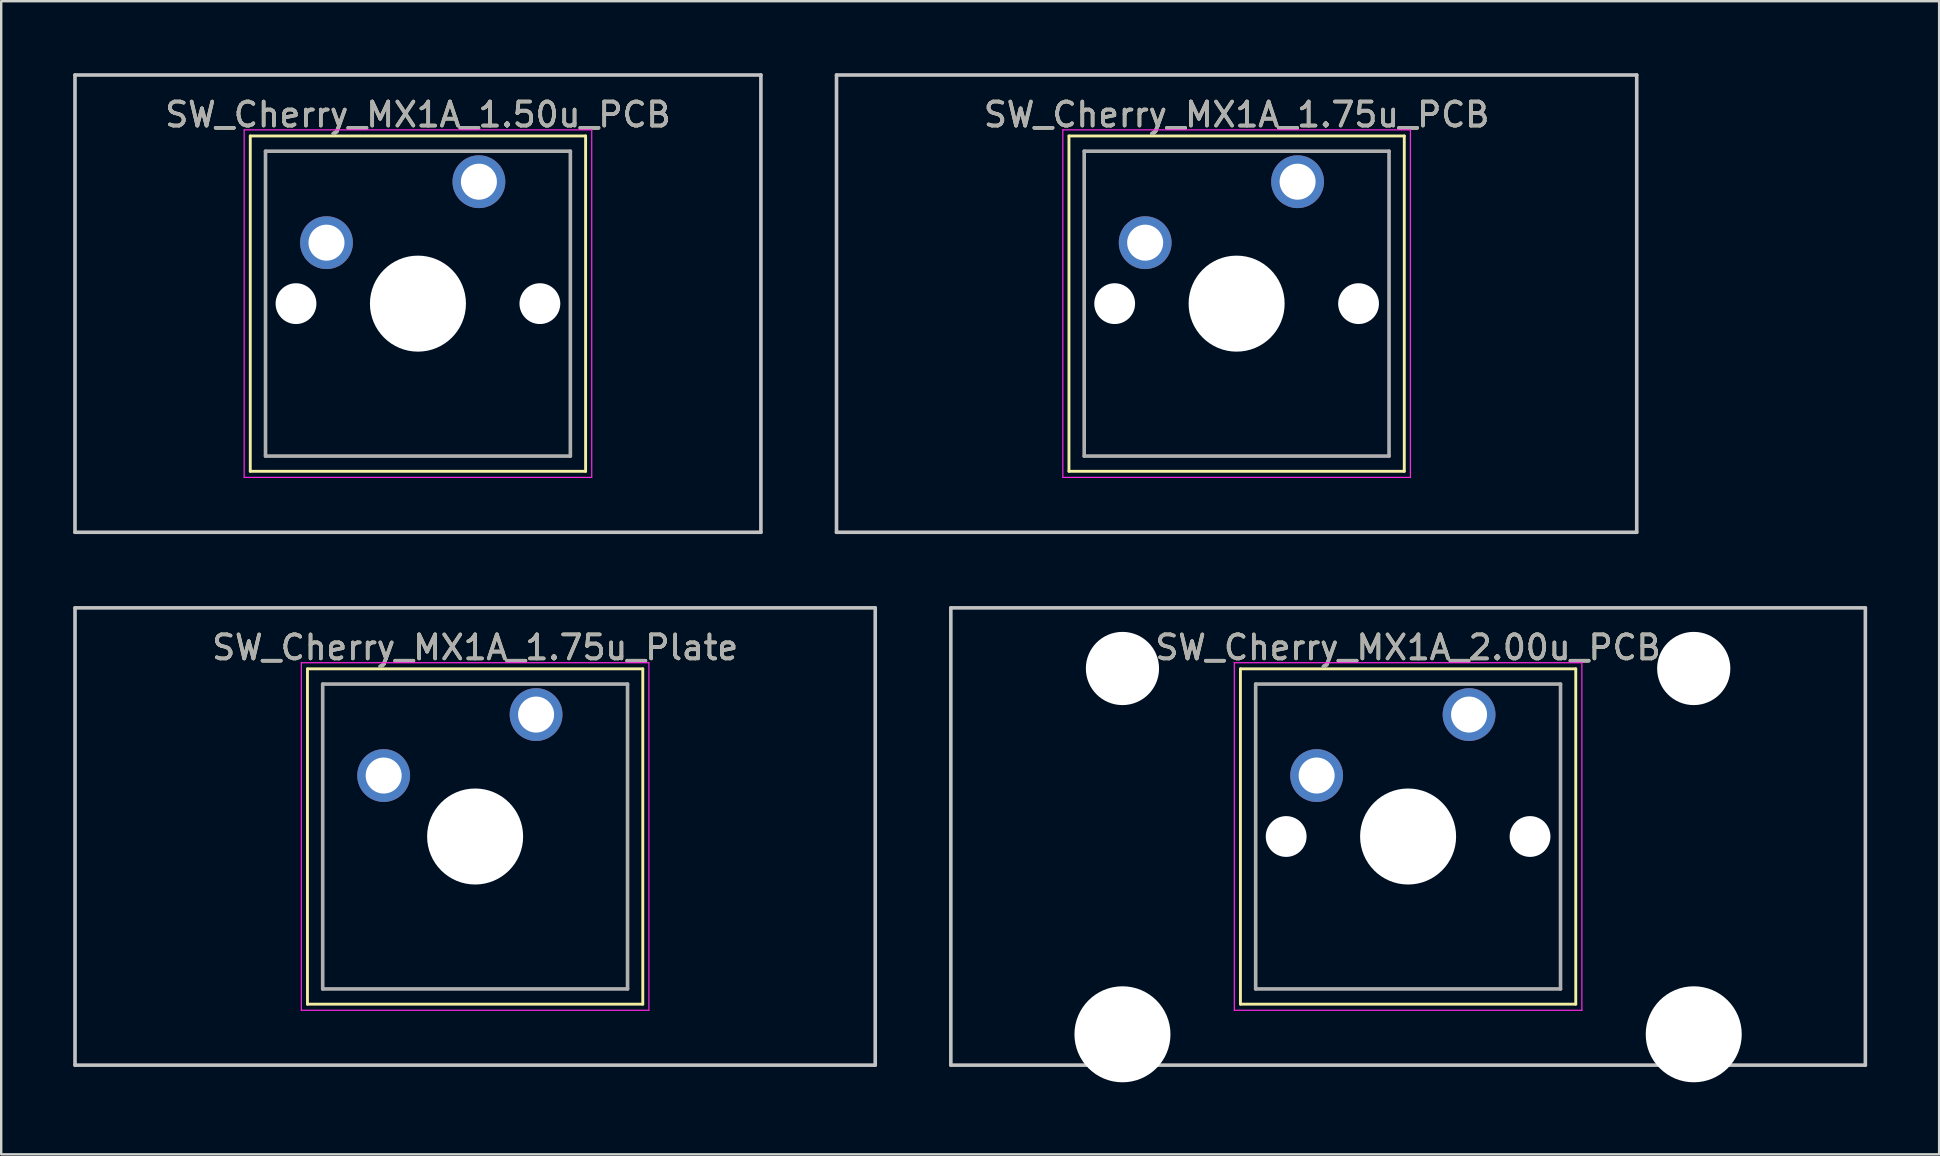
<source format=kicad_pcb>
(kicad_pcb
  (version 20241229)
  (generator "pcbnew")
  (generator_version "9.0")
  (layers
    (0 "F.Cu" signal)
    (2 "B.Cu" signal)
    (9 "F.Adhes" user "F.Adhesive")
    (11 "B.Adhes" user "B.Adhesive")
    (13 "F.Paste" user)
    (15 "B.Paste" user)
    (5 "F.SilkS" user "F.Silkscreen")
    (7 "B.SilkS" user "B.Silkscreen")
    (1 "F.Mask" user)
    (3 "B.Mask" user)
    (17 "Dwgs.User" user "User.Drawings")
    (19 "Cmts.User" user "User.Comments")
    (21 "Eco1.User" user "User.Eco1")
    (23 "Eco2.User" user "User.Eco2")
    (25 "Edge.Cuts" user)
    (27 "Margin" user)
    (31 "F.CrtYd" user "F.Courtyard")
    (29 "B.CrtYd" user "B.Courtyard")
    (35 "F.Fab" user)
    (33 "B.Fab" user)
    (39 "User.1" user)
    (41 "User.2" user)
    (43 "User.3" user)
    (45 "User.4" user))
  (footprint "SW_Cherry_MX1A_1.50u_PCB"
    (layer "F.Cu")
    (at 16.902 4.52)
    (property "Reference" "SW_Cherry_MX1A_1.50u_PCB" (at -2.54 -2.794 0) (layer "F.SilkS") (effects (font (size 1 1) (thickness 0.15))))
    (attr through_hole)
    (fp_line (start -9.525 -1.905) (end 4.445 -1.905) (stroke (width 0.12) (type solid)) (layer "F.SilkS"))
    (fp_line (start -9.525 12.065) (end -9.525 -1.905) (stroke (width 0.12) (type solid)) (layer "F.SilkS"))
    (fp_line (start 4.445 -1.905) (end 4.445 12.065) (stroke (width 0.12) (type solid)) (layer "F.SilkS"))
    (fp_line (start 4.445 12.065) (end -9.525 12.065) (stroke (width 0.12) (type solid)) (layer "F.SilkS"))
    (fp_line (start -16.828 -4.445) (end 11.748 -4.445) (stroke (width 0.15) (type solid)) (layer "Dwgs.User"))
    (fp_line (start -16.828 14.605) (end -16.828 -4.445) (stroke (width 0.15) (type solid)) (layer "Dwgs.User"))
    (fp_line (start 11.748 -4.445) (end 11.748 14.605) (stroke (width 0.15) (type solid)) (layer "Dwgs.User"))
    (fp_line (start 11.748 14.605) (end -16.828 14.605) (stroke (width 0.15) (type solid)) (layer "Dwgs.User"))
    (fp_line (start -9.78 -2.16) (end 4.7 -2.16) (stroke (width 0.05) (type solid)) (layer "F.CrtYd"))
    (fp_line (start -9.78 12.32) (end -9.78 -2.16) (stroke (width 0.05) (type solid)) (layer "F.CrtYd"))
    (fp_line (start 4.7 -2.16) (end 4.7 12.32) (stroke (width 0.05) (type solid)) (layer "F.CrtYd"))
    (fp_line (start 4.7 12.32) (end -9.78 12.32) (stroke (width 0.05) (type solid)) (layer "F.CrtYd"))
    (fp_line (start -8.89 -1.27) (end 3.81 -1.27) (stroke (width 0.15) (type solid)) (layer "F.Fab"))
    (fp_line (start -8.89 11.43) (end -8.89 -1.27) (stroke (width 0.15) (type solid)) (layer "F.Fab"))
    (fp_line (start 3.81 -1.27) (end 3.81 11.43) (stroke (width 0.15) (type solid)) (layer "F.Fab"))
    (fp_line (start 3.81 11.43) (end -8.89 11.43) (stroke (width 0.15) (type solid)) (layer "F.Fab"))
    (fp_text user "${REFERENCE}" (at -2.54 -2.794 0) (layer "F.Fab") (effects (font (size 1 1) (thickness 0.15))))
    (pad "" np_thru_hole circle (at -7.62 5.08) (size 1.7 1.7) (drill 1.7) (layers "*.Cu" "*.Mask"))
    (pad "" np_thru_hole circle (at -2.54 5.08) (size 4 4) (drill 4) (layers "*.Cu" "*.Mask"))
    (pad "" np_thru_hole circle (at 2.54 5.08) (size 1.7 1.7) (drill 1.7) (layers "*.Cu" "*.Mask"))
    (pad "1" thru_hole circle (at 0 0) (size 2.2 2.2) (drill 1.5) (layers "*.Cu" "*.Mask"))
    (pad "2" thru_hole circle (at -6.35 2.54) (size 2.2 2.2) (drill 1.5) (layers "*.Cu" "*.Mask")))
  (footprint "SW_Cherry_MX1A_1.75u_PCB"
    (layer "F.Cu")
    (at 51.009 4.52)
    (property "Reference" "SW_Cherry_MX1A_1.75u_PCB" (at -2.54 -2.794 0) (layer "F.SilkS") (effects (font (size 1 1) (thickness 0.15))))
    (attr through_hole)
    (fp_line (start -9.525 -1.905) (end 4.445 -1.905) (stroke (width 0.12) (type solid)) (layer "F.SilkS"))
    (fp_line (start -9.525 12.065) (end -9.525 -1.905) (stroke (width 0.12) (type solid)) (layer "F.SilkS"))
    (fp_line (start 4.445 -1.905) (end 4.445 12.065) (stroke (width 0.12) (type solid)) (layer "F.SilkS"))
    (fp_line (start 4.445 12.065) (end -9.525 12.065) (stroke (width 0.12) (type solid)) (layer "F.SilkS"))
    (fp_line (start -19.209 -4.445) (end 14.129 -4.445) (stroke (width 0.15) (type solid)) (layer "Dwgs.User"))
    (fp_line (start -19.209 14.605) (end -19.209 -4.445) (stroke (width 0.15) (type solid)) (layer "Dwgs.User"))
    (fp_line (start 14.129 -4.445) (end 14.129 14.605) (stroke (width 0.15) (type solid)) (layer "Dwgs.User"))
    (fp_line (start 14.129 14.605) (end -19.209 14.605) (stroke (width 0.15) (type solid)) (layer "Dwgs.User"))
    (fp_line (start -9.78 -2.16) (end 4.7 -2.16) (stroke (width 0.05) (type solid)) (layer "F.CrtYd"))
    (fp_line (start -9.78 12.32) (end -9.78 -2.16) (stroke (width 0.05) (type solid)) (layer "F.CrtYd"))
    (fp_line (start 4.7 -2.16) (end 4.7 12.32) (stroke (width 0.05) (type solid)) (layer "F.CrtYd"))
    (fp_line (start 4.7 12.32) (end -9.78 12.32) (stroke (width 0.05) (type solid)) (layer "F.CrtYd"))
    (fp_line (start -8.89 -1.27) (end 3.81 -1.27) (stroke (width 0.15) (type solid)) (layer "F.Fab"))
    (fp_line (start -8.89 11.43) (end -8.89 -1.27) (stroke (width 0.15) (type solid)) (layer "F.Fab"))
    (fp_line (start 3.81 -1.27) (end 3.81 11.43) (stroke (width 0.15) (type solid)) (layer "F.Fab"))
    (fp_line (start 3.81 11.43) (end -8.89 11.43) (stroke (width 0.15) (type solid)) (layer "F.Fab"))
    (fp_text user "${REFERENCE}" (at -2.54 -2.794 0) (layer "F.Fab") (effects (font (size 1 1) (thickness 0.15))))
    (pad "" np_thru_hole circle (at -7.62 5.08) (size 1.7 1.7) (drill 1.7) (layers "*.Cu" "*.Mask"))
    (pad "" np_thru_hole circle (at -2.54 5.08) (size 4 4) (drill 4) (layers "*.Cu" "*.Mask"))
    (pad "" np_thru_hole circle (at 2.54 5.08) (size 1.7 1.7) (drill 1.7) (layers "*.Cu" "*.Mask"))
    (pad "1" thru_hole circle (at 0 0) (size 2.2 2.2) (drill 1.5) (layers "*.Cu" "*.Mask"))
    (pad "2" thru_hole circle (at -6.35 2.54) (size 2.2 2.2) (drill 1.5) (layers "*.Cu" "*.Mask")))
  (footprint "SW_Cherry_MX1A_1.75u_Plate"
    (layer "F.Cu")
    (at 19.284 26.72)
    (property "Reference" "SW_Cherry_MX1A_1.75u_Plate" (at -2.54 -2.794 0) (layer "F.SilkS") (effects (font (size 1 1) (thickness 0.15))))
    (attr through_hole)
    (fp_line (start -9.525 -1.905) (end 4.445 -1.905) (stroke (width 0.12) (type solid)) (layer "F.SilkS"))
    (fp_line (start -9.525 12.065) (end -9.525 -1.905) (stroke (width 0.12) (type solid)) (layer "F.SilkS"))
    (fp_line (start 4.445 -1.905) (end 4.445 12.065) (stroke (width 0.12) (type solid)) (layer "F.SilkS"))
    (fp_line (start 4.445 12.065) (end -9.525 12.065) (stroke (width 0.12) (type solid)) (layer "F.SilkS"))
    (fp_line (start -19.209 -4.445) (end 14.129 -4.445) (stroke (width 0.15) (type solid)) (layer "Dwgs.User"))
    (fp_line (start -19.209 14.605) (end -19.209 -4.445) (stroke (width 0.15) (type solid)) (layer "Dwgs.User"))
    (fp_line (start 14.129 -4.445) (end 14.129 14.605) (stroke (width 0.15) (type solid)) (layer "Dwgs.User"))
    (fp_line (start 14.129 14.605) (end -19.209 14.605) (stroke (width 0.15) (type solid)) (layer "Dwgs.User"))
    (fp_line (start -9.78 -2.16) (end 4.7 -2.16) (stroke (width 0.05) (type solid)) (layer "F.CrtYd"))
    (fp_line (start -9.78 12.32) (end -9.78 -2.16) (stroke (width 0.05) (type solid)) (layer "F.CrtYd"))
    (fp_line (start 4.7 -2.16) (end 4.7 12.32) (stroke (width 0.05) (type solid)) (layer "F.CrtYd"))
    (fp_line (start 4.7 12.32) (end -9.78 12.32) (stroke (width 0.05) (type solid)) (layer "F.CrtYd"))
    (fp_line (start -8.89 -1.27) (end 3.81 -1.27) (stroke (width 0.15) (type solid)) (layer "F.Fab"))
    (fp_line (start -8.89 11.43) (end -8.89 -1.27) (stroke (width 0.15) (type solid)) (layer "F.Fab"))
    (fp_line (start 3.81 -1.27) (end 3.81 11.43) (stroke (width 0.15) (type solid)) (layer "F.Fab"))
    (fp_line (start 3.81 11.43) (end -8.89 11.43) (stroke (width 0.15) (type solid)) (layer "F.Fab"))
    (fp_text user "${REFERENCE}" (at -2.54 -2.794 0) (layer "F.Fab") (effects (font (size 1 1) (thickness 0.15))))
    (pad "" np_thru_hole circle (at -2.54 5.08) (size 4 4) (drill 4) (layers "*.Cu" "*.Mask"))
    (pad "1" thru_hole circle (at 0 0) (size 2.2 2.2) (drill 1.5) (layers "*.Cu" "*.Mask"))
    (pad "2" thru_hole circle (at -6.35 2.54) (size 2.2 2.2) (drill 1.5) (layers "*.Cu" "*.Mask")))
  (footprint "SW_Cherry_MX1A_2.00u_PCB"
    (layer "F.Cu")
    (at 58.153 26.72)
    (property "Reference" "SW_Cherry_MX1A_2.00u_PCB" (at -2.54 -2.794 0) (layer "F.SilkS") (effects (font (size 1 1) (thickness 0.15))))
    (attr through_hole)
    (fp_line (start -9.525 -1.905) (end 4.445 -1.905) (stroke (width 0.12) (type solid)) (layer "F.SilkS"))
    (fp_line (start -9.525 12.065) (end -9.525 -1.905) (stroke (width 0.12) (type solid)) (layer "F.SilkS"))
    (fp_line (start 4.445 -1.905) (end 4.445 12.065) (stroke (width 0.12) (type solid)) (layer "F.SilkS"))
    (fp_line (start 4.445 12.065) (end -9.525 12.065) (stroke (width 0.12) (type solid)) (layer "F.SilkS"))
    (fp_line (start -21.59 -4.445) (end 16.51 -4.445) (stroke (width 0.15) (type solid)) (layer "Dwgs.User"))
    (fp_line (start -21.59 14.605) (end -21.59 -4.445) (stroke (width 0.15) (type solid)) (layer "Dwgs.User"))
    (fp_line (start 16.51 -4.445) (end 16.51 14.605) (stroke (width 0.15) (type solid)) (layer "Dwgs.User"))
    (fp_line (start 16.51 14.605) (end -21.59 14.605) (stroke (width 0.15) (type solid)) (layer "Dwgs.User"))
    (fp_line (start -9.78 -2.16) (end 4.7 -2.16) (stroke (width 0.05) (type solid)) (layer "F.CrtYd"))
    (fp_line (start -9.78 12.32) (end -9.78 -2.16) (stroke (width 0.05) (type solid)) (layer "F.CrtYd"))
    (fp_line (start 4.7 -2.16) (end 4.7 12.32) (stroke (width 0.05) (type solid)) (layer "F.CrtYd"))
    (fp_line (start 4.7 12.32) (end -9.78 12.32) (stroke (width 0.05) (type solid)) (layer "F.CrtYd"))
    (fp_line (start -8.89 -1.27) (end 3.81 -1.27) (stroke (width 0.15) (type solid)) (layer "F.Fab"))
    (fp_line (start -8.89 11.43) (end -8.89 -1.27) (stroke (width 0.15) (type solid)) (layer "F.Fab"))
    (fp_line (start 3.81 -1.27) (end 3.81 11.43) (stroke (width 0.15) (type solid)) (layer "F.Fab"))
    (fp_line (start 3.81 11.43) (end -8.89 11.43) (stroke (width 0.15) (type solid)) (layer "F.Fab"))
    (fp_text user "${REFERENCE}" (at -2.54 -2.794 0) (layer "F.Fab") (effects (font (size 1 1) (thickness 0.15))))
    (pad "" np_thru_hole circle (at -14.44 -1.92) (size 3.05 3.05) (drill 3.05) (layers "*.Cu" "*.Mask"))
    (pad "" np_thru_hole circle (at -14.44 13.32) (size 4 4) (drill 4) (layers "*.Cu" "*.Mask"))
    (pad "" np_thru_hole circle (at -7.62 5.08) (size 1.7 1.7) (drill 1.7) (layers "*.Cu" "*.Mask"))
    (pad "" np_thru_hole circle (at -2.54 5.08) (size 4 4) (drill 4) (layers "*.Cu" "*.Mask"))
    (pad "" np_thru_hole circle (at 2.54 5.08) (size 1.7 1.7) (drill 1.7) (layers "*.Cu" "*.Mask"))
    (pad "" np_thru_hole circle (at 9.36 -1.92) (size 3.05 3.05) (drill 3.05) (layers "*.Cu" "*.Mask"))
    (pad "" np_thru_hole circle (at 9.36 13.32) (size 4 4) (drill 4) (layers "*.Cu" "*.Mask"))
    (pad "1" thru_hole circle (at 0 0) (size 2.2 2.2) (drill 1.5) (layers "*.Cu" "*.Mask"))
    (pad "2" thru_hole circle (at -6.35 2.54) (size 2.2 2.2) (drill 1.5) (layers "*.Cu" "*.Mask")))
  (gr_rect
    (start -3 -3)
    (end 77.737 45.04)
    (stroke (width 0.1) (type default))
    (fill no)
    (layer "Edge.Cuts")))
</source>
